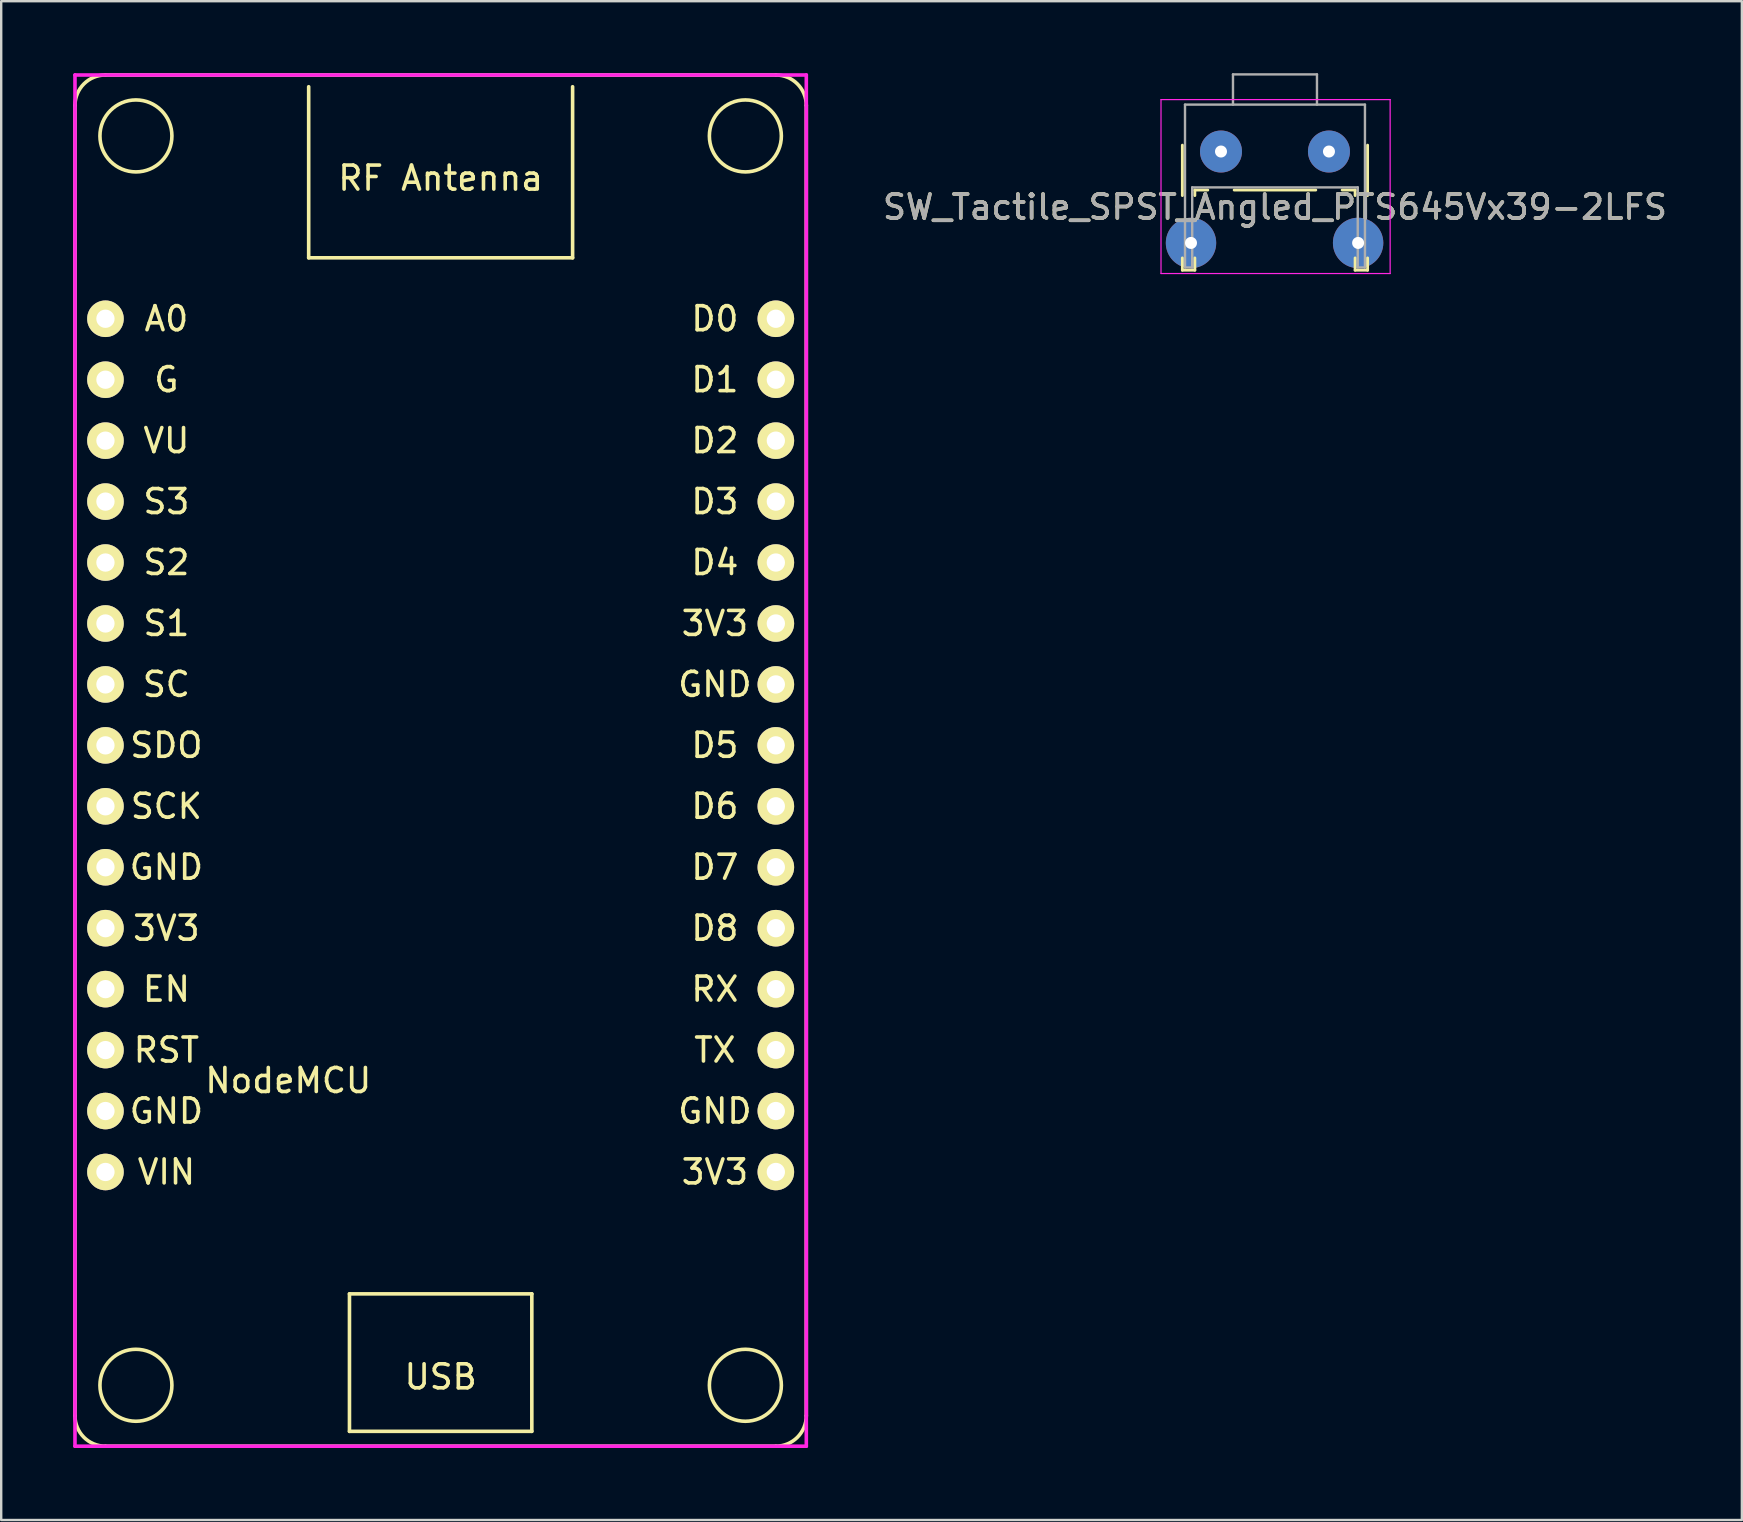
<source format=kicad_pcb>
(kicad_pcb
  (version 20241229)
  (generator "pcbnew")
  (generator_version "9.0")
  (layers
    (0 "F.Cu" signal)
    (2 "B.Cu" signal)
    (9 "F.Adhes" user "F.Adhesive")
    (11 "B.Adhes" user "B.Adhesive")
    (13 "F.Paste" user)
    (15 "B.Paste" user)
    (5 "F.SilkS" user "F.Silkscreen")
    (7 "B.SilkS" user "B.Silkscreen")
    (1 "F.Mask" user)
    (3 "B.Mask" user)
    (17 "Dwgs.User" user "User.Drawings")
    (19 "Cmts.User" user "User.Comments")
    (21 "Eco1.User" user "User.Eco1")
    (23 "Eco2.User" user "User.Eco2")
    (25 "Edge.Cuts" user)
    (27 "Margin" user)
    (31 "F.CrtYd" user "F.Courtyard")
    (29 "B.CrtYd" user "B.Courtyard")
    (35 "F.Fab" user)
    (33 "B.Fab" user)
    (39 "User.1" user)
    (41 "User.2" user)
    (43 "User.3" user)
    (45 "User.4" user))
  (footprint "SW_Tactile_SPST_Angled_PTS645Vx39-2LFS"
    (layer "F.Cu")
    (at 47.838 3.9)
    (property "Reference" "SW_Tactile_SPST_Angled_PTS645Vx39-2LFS" (at 2.25 1.68 0) (layer "F.SilkS") (effects (font (size 1 1) (thickness 0.15))))
    (attr through_hole)
    (fp_line (start -1.61 -0.9) (end -1.61 1.2) (stroke (width 0.12) (type solid)) (layer "F.SilkS"))
    (fp_line (start -1.61 3.8) (end -1.61 4.31) (stroke (width 0.12) (type solid)) (layer "F.SilkS"))
    (fp_line (start -1.61 4.31) (end -1.09 4.31) (stroke (width 0.12) (type solid)) (layer "F.SilkS"))
    (fp_line (start -1.09 0.97) (end -1.09 1.2) (stroke (width 0.12) (type solid)) (layer "F.SilkS"))
    (fp_line (start -1.09 0.97) (end -0.55 0.97) (stroke (width 0.12) (type solid)) (layer "F.SilkS"))
    (fp_line (start -1.09 3.8) (end -1.09 4.31) (stroke (width 0.12) (type solid)) (layer "F.SilkS"))
    (fp_line (start 0.55 0.97) (end 3.95 0.97) (stroke (width 0.12) (type solid)) (layer "F.SilkS"))
    (fp_line (start 5.05 0.97) (end 5.59 0.97) (stroke (width 0.12) (type solid)) (layer "F.SilkS"))
    (fp_line (start 5.59 0.97) (end 5.59 1.2) (stroke (width 0.12) (type solid)) (layer "F.SilkS"))
    (fp_line (start 5.59 3.8) (end 5.59 4.31) (stroke (width 0.12) (type solid)) (layer "F.SilkS"))
    (fp_line (start 5.59 4.31) (end 6.11 4.31) (stroke (width 0.12) (type solid)) (layer "F.SilkS"))
    (fp_line (start 6.11 -0.9) (end 6.11 1.2) (stroke (width 0.12) (type solid)) (layer "F.SilkS"))
    (fp_line (start 6.11 3.8) (end 6.11 4.31) (stroke (width 0.12) (type solid)) (layer "F.SilkS"))
    (fp_line (start -2.5 -2.8) (end 7.05 -2.8) (stroke (width 0.05) (type solid)) (layer "F.CrtYd"))
    (fp_line (start -2.5 4.45) (end -2.5 -2.8) (stroke (width 0.05) (type solid)) (layer "F.CrtYd"))
    (fp_line (start 7.05 -2.8) (end 7.05 4.45) (stroke (width 0.05) (type solid)) (layer "F.CrtYd"))
    (fp_line (start 7.05 4.45) (end -2.5 4.45) (stroke (width 0.05) (type solid)) (layer "F.CrtYd"))
    (fp_line (start -1.5 -2.59) (end 6 -2.59) (stroke (width 0.1) (type solid)) (layer "F.Fab"))
    (fp_line (start -1.5 4.2) (end -1.5 -2.59) (stroke (width 0.1) (type solid)) (layer "F.Fab"))
    (fp_line (start -1.5 4.2) (end -1.2 4.2) (stroke (width 0.1) (type solid)) (layer "F.Fab"))
    (fp_line (start -1.2 0.86) (end 5.7 0.86) (stroke (width 0.1) (type solid)) (layer "F.Fab"))
    (fp_line (start -1.2 4.2) (end -1.2 0.86) (stroke (width 0.1) (type solid)) (layer "F.Fab"))
    (fp_line (start 0.5 -3.85) (end 0.5 -2.59) (stroke (width 0.1) (type solid)) (layer "F.Fab"))
    (fp_line (start 0.5 -3.85) (end 4 -3.85) (stroke (width 0.1) (type solid)) (layer "F.Fab"))
    (fp_line (start 4 -3.85) (end 4 -2.59) (stroke (width 0.1) (type solid)) (layer "F.Fab"))
    (fp_line (start 5.7 4.2) (end 5.7 0.86) (stroke (width 0.1) (type solid)) (layer "F.Fab"))
    (fp_line (start 5.7 4.2) (end 6 4.2) (stroke (width 0.1) (type solid)) (layer "F.Fab"))
    (fp_line (start 6 4.2) (end 6 -2.59) (stroke (width 0.1) (type solid)) (layer "F.Fab"))
    (fp_line (start 2.25 -2.59) (end 2.25 4.102) (stroke (width 0.1) (type default)) (layer "User.1"))
    (fp_text user "${REFERENCE}" (at 2.25 1.68 0) (layer "F.Fab") (effects (font (size 1 1) (thickness 0.15))))
    (pad "" thru_hole circle (at -1.25 3.175) (size 2.1 2.1) (drill 0.5) (layers "*.Cu" "*.Mask"))
    (pad "" thru_hole circle (at 5.715 3.175) (size 2.1 2.1) (drill 0.5) (layers "*.Cu" "*.Mask"))
    (pad "1" thru_hole circle (at 0 -0.635) (size 1.75 1.75) (drill 0.5) (layers "*.Cu" "*.Mask"))
    (pad "2" thru_hole circle (at 4.5 -0.635) (size 1.75 1.75) (drill 0.5) (layers "*.Cu" "*.Mask")))
  (footprint "NodeMCU"
    (layer "F.Cu")
    (at 1.345 10.235)
    (property "Reference" "NodeMCU" (at 7.62 31.75 0) (layer "F.SilkS") (effects (font (size 1 1) (thickness 0.15))))
    (attr through_hole)
    (fp_line (start -1.27 -8.89) (end -1.27 45.72) (stroke (width 0.15) (type solid)) (layer "F.SilkS"))
    (fp_line (start 8.47 -2.54) (end 8.47 -9.67) (stroke (width 0.15) (type solid)) (layer "F.SilkS"))
    (fp_line (start 10.17 40.64) (end 17.77 40.64) (stroke (width 0.15) (type solid)) (layer "F.SilkS"))
    (fp_line (start 10.17 46.37) (end 10.17 40.64) (stroke (width 0.15) (type solid)) (layer "F.SilkS"))
    (fp_line (start 17.77 40.64) (end 17.77 46.37) (stroke (width 0.15) (type solid)) (layer "F.SilkS"))
    (fp_line (start 17.77 46.37) (end 10.17 46.37) (stroke (width 0.15) (type solid)) (layer "F.SilkS"))
    (fp_line (start 19.47 -9.67) (end 19.47 -2.54) (stroke (width 0.15) (type solid)) (layer "F.SilkS"))
    (fp_line (start 19.47 -2.54) (end 8.47 -2.54) (stroke (width 0.15) (type solid)) (layer "F.SilkS"))
    (fp_line (start 27.94 -10.16) (end 0 -10.16) (stroke (width 0.15) (type solid)) (layer "F.SilkS"))
    (fp_line (start 27.94 46.99) (end 0 46.99) (stroke (width 0.15) (type solid)) (layer "F.SilkS"))
    (fp_line (start 29.21 -8.89) (end 29.21 45.72) (stroke (width 0.15) (type solid)) (layer "F.SilkS"))
    (fp_arc (start -1.269999 -8.889999) (mid -0.898025 -9.788025) (end 0.000001 -10.159999) (stroke (width 0.15) (type solid)) (layer "F.SilkS"))
    (fp_arc (start 0 46.989999) (mid -0.898026 46.618025) (end -1.27 45.719999) (stroke (width 0.15) (type solid)) (layer "F.SilkS"))
    (fp_arc (start 27.94 -10.16) (mid 28.838026 -9.788026) (end 29.21 -8.89) (stroke (width 0.15) (type solid)) (layer "F.SilkS"))
    (fp_arc (start 29.21 45.72) (mid 28.838026 46.618026) (end 27.94 46.99) (stroke (width 0.15) (type solid)) (layer "F.SilkS"))
    (fp_circle (center 1.27 -7.62) (end 2.77 -7.62) (stroke (width 0.15) (type solid)) (fill no) (layer "F.SilkS"))
    (fp_circle (center 1.27 44.45) (end 2.77 44.45) (stroke (width 0.15) (type solid)) (fill no) (layer "F.SilkS"))
    (fp_circle (center 26.67 -7.62) (end 28.17 -7.62) (stroke (width 0.15) (type solid)) (fill no) (layer "F.SilkS"))
    (fp_circle (center 26.67 44.45) (end 28.17 44.45) (stroke (width 0.15) (type solid)) (fill no) (layer "F.SilkS"))
    (fp_line (start -1.27 -10.16) (end 29.21 -10.16) (stroke (width 0.15) (type solid)) (layer "F.CrtYd"))
    (fp_line (start -1.27 46.99) (end -1.27 -10.16) (stroke (width 0.15) (type solid)) (layer "F.CrtYd"))
    (fp_line (start 29.21 -10.16) (end 29.21 46.99) (stroke (width 0.15) (type solid)) (layer "F.CrtYd"))
    (fp_line (start 29.21 46.99) (end -1.27 46.99) (stroke (width 0.15) (type solid)) (layer "F.CrtYd"))
    (fp_text user "RST" (at 2.54 30.48 0) (layer "F.SilkS") (effects (font (size 1 1) (thickness 0.15))))
    (fp_text user "D1" (at 25.4 2.54 0) (layer "F.SilkS") (effects (font (size 1 1) (thickness 0.15))))
    (fp_text user "GND" (at 2.54 22.86 0) (layer "F.SilkS") (effects (font (size 1 1) (thickness 0.15))))
    (fp_text user "EN" (at 2.54 27.94 0) (layer "F.SilkS") (effects (font (size 1 1) (thickness 0.15))))
    (fp_text user "3V3" (at 2.54 25.4 0) (layer "F.SilkS") (effects (font (size 1 1) (thickness 0.15))))
    (fp_text user "USB" (at 13.97 44.1 0) (layer "F.SilkS") (effects (font (size 1 1) (thickness 0.15))))
    (fp_text user "D6" (at 25.4 20.32 0) (layer "F.SilkS") (effects (font (size 1 1) (thickness 0.15))))
    (fp_text user "VIN" (at 2.54 35.56 0) (layer "F.SilkS") (effects (font (size 1 1) (thickness 0.15))))
    (fp_text user "S1" (at 2.54 12.7 0) (layer "F.SilkS") (effects (font (size 1 1) (thickness 0.15))))
    (fp_text user "G" (at 2.54 2.54 0) (layer "F.SilkS") (effects (font (size 1 1) (thickness 0.15))))
    (fp_text user "D3" (at 25.4 7.62 0) (layer "F.SilkS") (effects (font (size 1 1) (thickness 0.15))))
    (fp_text user "D2" (at 25.4 5.08 0) (layer "F.SilkS") (effects (font (size 1 1) (thickness 0.15))))
    (fp_text user "RX" (at 25.4 27.94 0) (layer "F.SilkS") (effects (font (size 1 1) (thickness 0.15))))
    (fp_text user "GND" (at 2.54 33.02 0) (layer "F.SilkS") (effects (font (size 1 1) (thickness 0.15))))
    (fp_text user "S2" (at 2.54 10.16 0) (layer "F.SilkS") (effects (font (size 1 1) (thickness 0.15))))
    (fp_text user "GND" (at 25.4 33.02 0) (layer "F.SilkS") (effects (font (size 1 1) (thickness 0.15))))
    (fp_text user "D0" (at 25.4 0 0) (layer "F.SilkS") (effects (font (size 1 1) (thickness 0.15))))
    (fp_text user "D7" (at 25.4 22.86 0) (layer "F.SilkS") (effects (font (size 1 1) (thickness 0.15))))
    (fp_text user "SDO" (at 2.54 17.78 0) (layer "F.SilkS") (effects (font (size 1 1) (thickness 0.15))))
    (fp_text user "VU" (at 2.54 5.08 0) (layer "F.SilkS") (effects (font (size 1 1) (thickness 0.15))))
    (fp_text user "SCK" (at 2.54 20.32 0) (layer "F.SilkS") (effects (font (size 1 1) (thickness 0.15))))
    (fp_text user "D8" (at 25.4 25.4 0) (layer "F.SilkS") (effects (font (size 1 1) (thickness 0.15))))
    (fp_text user "D4" (at 25.4 10.16 0) (layer "F.SilkS") (effects (font (size 1 1) (thickness 0.15))))
    (fp_text user "S3" (at 2.54 7.62 0) (layer "F.SilkS") (effects (font (size 1 1) (thickness 0.15))))
    (fp_text user "RF Antenna" (at 13.97 -5.86 0) (layer "F.SilkS") (effects (font (size 1 1) (thickness 0.15))))
    (fp_text user "TX" (at 25.4 30.48 0) (layer "F.SilkS") (effects (font (size 1 1) (thickness 0.15))))
    (fp_text user "D5" (at 25.4 17.78 0) (layer "F.SilkS") (effects (font (size 1 1) (thickness 0.15))))
    (fp_text user "GND" (at 25.4 15.24 0) (layer "F.SilkS") (effects (font (size 1 1) (thickness 0.15))))
    (fp_text user "3V3" (at 25.4 12.7 0) (layer "F.SilkS") (effects (font (size 1 1) (thickness 0.15))))
    (fp_text user "SC" (at 2.54 15.24 0) (layer "F.SilkS") (effects (font (size 1 1) (thickness 0.15))))
    (fp_text user "A0" (at 2.54 0 0) (layer "F.SilkS") (effects (font (size 1 1) (thickness 0.15))))
    (fp_text user "3V3" (at 25.4 35.56 0) (layer "F.SilkS") (effects (font (size 1 1) (thickness 0.15))))
    (pad "1" thru_hole circle (at 27.94 35.56) (size 1.524 1.524) (drill 0.762) (layers "*.Cu" "*.Mask" "F.SilkS"))
    (pad "2" thru_hole circle (at 27.94 33.02) (size 1.524 1.524) (drill 0.762) (layers "*.Cu" "*.Mask" "F.SilkS"))
    (pad "3" thru_hole circle (at 27.94 30.48) (size 1.524 1.524) (drill 0.762) (layers "*.Cu" "*.Mask" "F.SilkS"))
    (pad "4" thru_hole circle (at 27.94 27.94) (size 1.524 1.524) (drill 0.762) (layers "*.Cu" "*.Mask" "F.SilkS"))
    (pad "5" thru_hole circle (at 27.94 25.4) (size 1.524 1.524) (drill 0.762) (layers "*.Cu" "*.Mask" "F.SilkS"))
    (pad "6" thru_hole circle (at 27.94 22.86) (size 1.524 1.524) (drill 0.762) (layers "*.Cu" "*.Mask" "F.SilkS"))
    (pad "7" thru_hole circle (at 27.94 20.32) (size 1.524 1.524) (drill 0.762) (layers "*.Cu" "*.Mask" "F.SilkS"))
    (pad "8" thru_hole circle (at 27.94 17.78) (size 1.524 1.524) (drill 0.762) (layers "*.Cu" "*.Mask" "F.SilkS"))
    (pad "9" thru_hole circle (at 27.94 15.24) (size 1.524 1.524) (drill 0.762) (layers "*.Cu" "*.Mask" "F.SilkS"))
    (pad "10" thru_hole circle (at 27.94 12.7) (size 1.524 1.524) (drill 0.762) (layers "*.Cu" "*.Mask" "F.SilkS"))
    (pad "11" thru_hole circle (at 27.94 10.16) (size 1.524 1.524) (drill 0.762) (layers "*.Cu" "*.Mask" "F.SilkS"))
    (pad "12" thru_hole circle (at 27.94 7.62) (size 1.524 1.524) (drill 0.762) (layers "*.Cu" "*.Mask" "F.SilkS"))
    (pad "13" thru_hole circle (at 27.94 5.08) (size 1.524 1.524) (drill 0.762) (layers "*.Cu" "*.Mask" "F.SilkS"))
    (pad "14" thru_hole circle (at 27.94 2.54) (size 1.524 1.524) (drill 0.762) (layers "*.Cu" "*.Mask" "F.SilkS"))
    (pad "15" thru_hole circle (at 27.94 0) (size 1.524 1.524) (drill 0.762) (layers "*.Cu" "*.Mask" "F.SilkS"))
    (pad "16" thru_hole circle (at 0 0) (size 1.524 1.524) (drill 0.762) (layers "*.Cu" "*.Mask" "F.SilkS"))
    (pad "17" thru_hole circle (at 0 2.54) (size 1.524 1.524) (drill 0.762) (layers "*.Cu" "*.Mask" "F.SilkS"))
    (pad "18" thru_hole circle (at 0 5.08) (size 1.524 1.524) (drill 0.762) (layers "*.Cu" "*.Mask" "F.SilkS"))
    (pad "19" thru_hole circle (at 0 7.62) (size 1.524 1.524) (drill 0.762) (layers "*.Cu" "*.Mask" "F.SilkS"))
    (pad "20" thru_hole circle (at 0 10.16) (size 1.524 1.524) (drill 0.762) (layers "*.Cu" "*.Mask" "F.SilkS"))
    (pad "21" thru_hole circle (at 0 12.7) (size 1.524 1.524) (drill 0.762) (layers "*.Cu" "*.Mask" "F.SilkS"))
    (pad "22" thru_hole circle (at 0 15.24) (size 1.524 1.524) (drill 0.762) (layers "*.Cu" "*.Mask" "F.SilkS"))
    (pad "23" thru_hole circle (at 0 17.78) (size 1.524 1.524) (drill 0.762) (layers "*.Cu" "*.Mask" "F.SilkS"))
    (pad "24" thru_hole circle (at 0 20.32) (size 1.524 1.524) (drill 0.762) (layers "*.Cu" "*.Mask" "F.SilkS"))
    (pad "25" thru_hole circle (at 0 22.86) (size 1.524 1.524) (drill 0.762) (layers "*.Cu" "*.Mask" "F.SilkS"))
    (pad "26" thru_hole circle (at 0 25.4) (size 1.524 1.524) (drill 0.762) (layers "*.Cu" "*.Mask" "F.SilkS"))
    (pad "27" thru_hole circle (at 0 27.94) (size 1.524 1.524) (drill 0.762) (layers "*.Cu" "*.Mask" "F.SilkS"))
    (pad "28" thru_hole circle (at 0 30.48) (size 1.524 1.524) (drill 0.762) (layers "*.Cu" "*.Mask" "F.SilkS"))
    (pad "29" thru_hole circle (at 0 33.02) (size 1.524 1.524) (drill 0.762) (layers "*.Cu" "*.Mask" "F.SilkS"))
    (pad "30" thru_hole circle (at 0 35.56) (size 1.524 1.524) (drill 0.762) (layers "*.Cu" "*.Mask" "F.SilkS")))
  (gr_rect
    (start -3 -3)
    (end 69.547 60.3)
    (stroke (width 0.1) (type default))
    (fill no)
    (layer "Edge.Cuts")))
</source>
